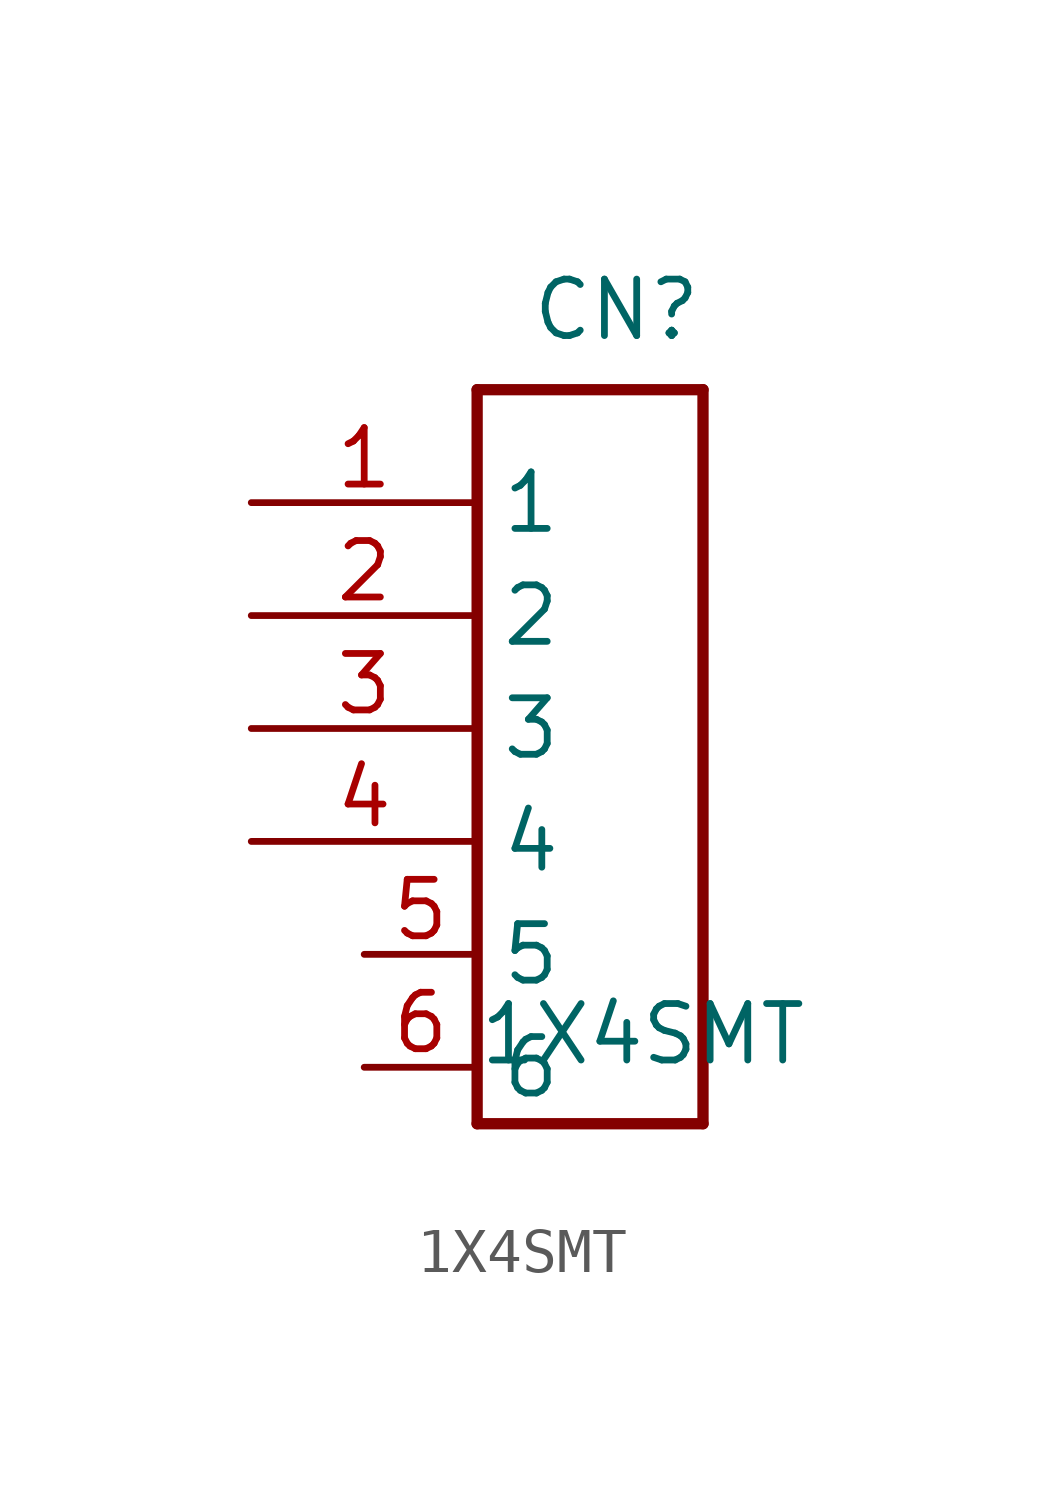
<source format=kicad_sym>
(kicad_symbol_lib
  (version 20211014)
  (generator kicad_symbol_editor)
  (symbol "1X4SMT"
    (property "Reference" "CN"
      (at 5.08 7.62 0)
      (effects (font (size 1.27 1.27)) (justify right top)))
    (property "Value" "1X4SMT"
      (at 0 -10.16 0)
      (effects (font (size 1.27 1.27)) (justify left bottom)))
    (property "ki_locked" ""
      (at 0 0 0)
      (effects (font (size 1.27 1.27))))
    (symbol "1X4SMT_1_0"
      (polyline (pts (xy 0 -11.43) (xy 0 5.08)) (stroke (width 0.254) (type default) (color 0 0 0 0)) (fill (type none)))
      (polyline (pts (xy 0 5.08) (xy 5.08 5.08)) (stroke (width 0.254) (type default) (color 0 0 0 0)) (fill (type none)))
      (polyline (pts (xy 5.08 -11.43) (xy 0 -11.43)) (stroke (width 0.254) (type default) (color 0 0 0 0)) (fill (type none)))
      (polyline (pts (xy 5.08 5.08) (xy 5.08 -11.43)) (stroke (width 0.254) (type default) (color 0 0 0 0)) (fill (type none)))
      (pin bidirectional line (at -5.08 2.54 0) (length 5.08) (name "1" (effects (font (size 1.27 1.27)))) (number "1" (effects (font (size 1.27 1.27)))))
      (pin bidirectional line (at -5.08 0 0) (length 5.08) (name "2" (effects (font (size 1.27 1.27)))) (number "2" (effects (font (size 1.27 1.27)))))
      (pin bidirectional line (at -5.08 -2.54 0) (length 5.08) (name "3" (effects (font (size 1.27 1.27)))) (number "3" (effects (font (size 1.27 1.27)))))
      (pin bidirectional line (at -5.08 -5.08 0) (length 5.08) (name "4" (effects (font (size 1.27 1.27)))) (number "4" (effects (font (size 1.27 1.27))))))
    (symbol "1X4SMT_1_1"
      (pin bidirectional line (at -2.54 -7.62 0) (length 2.54) (name "5" (effects (font (size 1.27 1.27)))) (number "5" (effects (font (size 1.27 1.27)))))
      (pin bidirectional line (at -2.54 -10.16 0) (length 2.54) (name "6" (effects (font (size 1.27 1.27)))) (number "6" (effects (font (size 1.27 1.27))))))))
</source>
